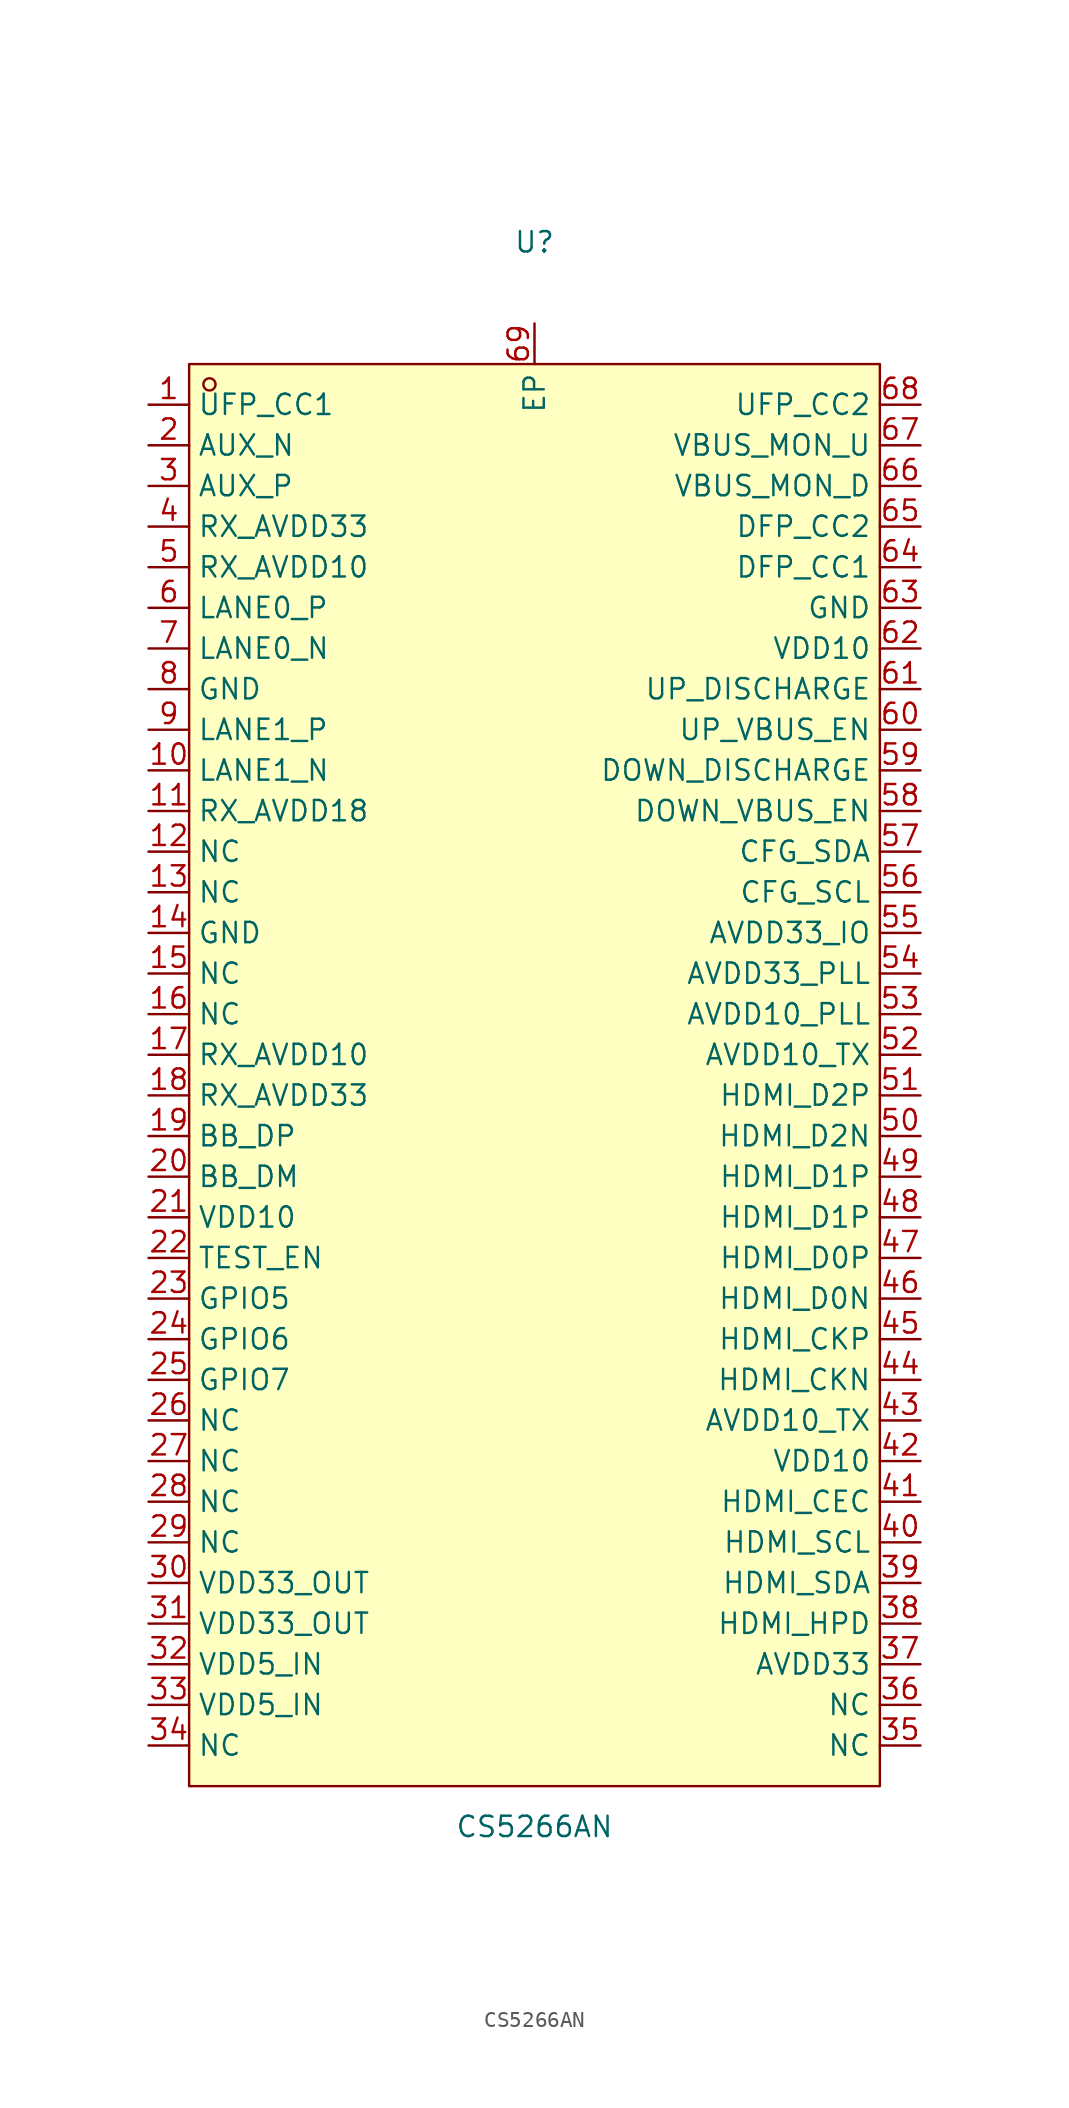
<source format=kicad_sym>
(kicad_symbol_lib
  (version 20211014)
  (generator https://github.com/uPesy/easyeda2kicad.py)
  (symbol "CS5266AN"
    (property "Reference" "U"
      (at 0 52.07 0)
      (effects (font (size 1.27 1.27))))
    (property "Value" "CS5266AN"
      (at 0 -46.99 0)
      (effects (font (size 1.27 1.27))))
    (symbol "CS5266AN_0_1"
      (rectangle (start -21.59 44.45) (end 21.59 -44.45) (stroke (width 0) (type default) (color 0 0 0 0)) (fill (type background)))
      (circle (center -20.32 43.18) (radius 0.38) (stroke (width 0) (type default) (color 0 0 0 0)) (fill (type none)))
      (pin unspecified line (at -24.13 41.91 0) (length 2.54) (name "UFP_CC1" (effects (font (size 1.27 1.27)))) (number "1" (effects (font (size 1.27 1.27)))))
      (pin unspecified line (at -24.13 39.37 0) (length 2.54) (name "AUX_N" (effects (font (size 1.27 1.27)))) (number "2" (effects (font (size 1.27 1.27)))))
      (pin unspecified line (at -24.13 36.83 0) (length 2.54) (name "AUX_P" (effects (font (size 1.27 1.27)))) (number "3" (effects (font (size 1.27 1.27)))))
      (pin unspecified line (at -24.13 34.29 0) (length 2.54) (name "RX_AVDD33" (effects (font (size 1.27 1.27)))) (number "4" (effects (font (size 1.27 1.27)))))
      (pin unspecified line (at -24.13 31.75 0) (length 2.54) (name "RX_AVDD10" (effects (font (size 1.27 1.27)))) (number "5" (effects (font (size 1.27 1.27)))))
      (pin unspecified line (at -24.13 29.21 0) (length 2.54) (name "LANE0_P" (effects (font (size 1.27 1.27)))) (number "6" (effects (font (size 1.27 1.27)))))
      (pin unspecified line (at -24.13 26.67 0) (length 2.54) (name "LANE0_N" (effects (font (size 1.27 1.27)))) (number "7" (effects (font (size 1.27 1.27)))))
      (pin unspecified line (at -24.13 24.13 0) (length 2.54) (name "GND" (effects (font (size 1.27 1.27)))) (number "8" (effects (font (size 1.27 1.27)))))
      (pin unspecified line (at -24.13 21.59 0) (length 2.54) (name "LANE1_P" (effects (font (size 1.27 1.27)))) (number "9" (effects (font (size 1.27 1.27)))))
      (pin unspecified line (at -24.13 19.05 0) (length 2.54) (name "LANE1_N" (effects (font (size 1.27 1.27)))) (number "10" (effects (font (size 1.27 1.27)))))
      (pin unspecified line (at -24.13 16.51 0) (length 2.54) (name "RX_AVDD18" (effects (font (size 1.27 1.27)))) (number "11" (effects (font (size 1.27 1.27)))))
      (pin unspecified line (at -24.13 13.97 0) (length 2.54) (name "NC" (effects (font (size 1.27 1.27)))) (number "12" (effects (font (size 1.27 1.27)))))
      (pin unspecified line (at -24.13 11.43 0) (length 2.54) (name "NC" (effects (font (size 1.27 1.27)))) (number "13" (effects (font (size 1.27 1.27)))))
      (pin unspecified line (at -24.13 8.89 0) (length 2.54) (name "GND" (effects (font (size 1.27 1.27)))) (number "14" (effects (font (size 1.27 1.27)))))
      (pin unspecified line (at -24.13 6.35 0) (length 2.54) (name "NC" (effects (font (size 1.27 1.27)))) (number "15" (effects (font (size 1.27 1.27)))))
      (pin unspecified line (at -24.13 3.81 0) (length 2.54) (name "NC" (effects (font (size 1.27 1.27)))) (number "16" (effects (font (size 1.27 1.27)))))
      (pin unspecified line (at -24.13 1.27 0) (length 2.54) (name "RX_AVDD10" (effects (font (size 1.27 1.27)))) (number "17" (effects (font (size 1.27 1.27)))))
      (pin unspecified line (at -24.13 -1.27 0) (length 2.54) (name "RX_AVDD33" (effects (font (size 1.27 1.27)))) (number "18" (effects (font (size 1.27 1.27)))))
      (pin unspecified line (at -24.13 -3.81 0) (length 2.54) (name "BB_DP" (effects (font (size 1.27 1.27)))) (number "19" (effects (font (size 1.27 1.27)))))
      (pin unspecified line (at -24.13 -6.35 0) (length 2.54) (name "BB_DM" (effects (font (size 1.27 1.27)))) (number "20" (effects (font (size 1.27 1.27)))))
      (pin unspecified line (at -24.13 -8.89 0) (length 2.54) (name "VDD10" (effects (font (size 1.27 1.27)))) (number "21" (effects (font (size 1.27 1.27)))))
      (pin unspecified line (at -24.13 -11.43 0) (length 2.54) (name "TEST_EN" (effects (font (size 1.27 1.27)))) (number "22" (effects (font (size 1.27 1.27)))))
      (pin unspecified line (at -24.13 -13.97 0) (length 2.54) (name "GPIO5" (effects (font (size 1.27 1.27)))) (number "23" (effects (font (size 1.27 1.27)))))
      (pin unspecified line (at -24.13 -16.51 0) (length 2.54) (name "GPIO6" (effects (font (size 1.27 1.27)))) (number "24" (effects (font (size 1.27 1.27)))))
      (pin unspecified line (at -24.13 -19.05 0) (length 2.54) (name "GPIO7" (effects (font (size 1.27 1.27)))) (number "25" (effects (font (size 1.27 1.27)))))
      (pin unspecified line (at -24.13 -21.59 0) (length 2.54) (name "NC" (effects (font (size 1.27 1.27)))) (number "26" (effects (font (size 1.27 1.27)))))
      (pin unspecified line (at -24.13 -24.13 0) (length 2.54) (name "NC" (effects (font (size 1.27 1.27)))) (number "27" (effects (font (size 1.27 1.27)))))
      (pin unspecified line (at -24.13 -26.67 0) (length 2.54) (name "NC" (effects (font (size 1.27 1.27)))) (number "28" (effects (font (size 1.27 1.27)))))
      (pin unspecified line (at -24.13 -29.21 0) (length 2.54) (name "NC" (effects (font (size 1.27 1.27)))) (number "29" (effects (font (size 1.27 1.27)))))
      (pin unspecified line (at -24.13 -31.75 0) (length 2.54) (name "VDD33_OUT" (effects (font (size 1.27 1.27)))) (number "30" (effects (font (size 1.27 1.27)))))
      (pin unspecified line (at -24.13 -34.29 0) (length 2.54) (name "VDD33_OUT" (effects (font (size 1.27 1.27)))) (number "31" (effects (font (size 1.27 1.27)))))
      (pin unspecified line (at -24.13 -36.83 0) (length 2.54) (name "VDD5_IN" (effects (font (size 1.27 1.27)))) (number "32" (effects (font (size 1.27 1.27)))))
      (pin unspecified line (at -24.13 -39.37 0) (length 2.54) (name "VDD5_IN" (effects (font (size 1.27 1.27)))) (number "33" (effects (font (size 1.27 1.27)))))
      (pin unspecified line (at -24.13 -41.91 0) (length 2.54) (name "NC" (effects (font (size 1.27 1.27)))) (number "34" (effects (font (size 1.27 1.27)))))
      (pin unspecified line (at 24.13 -41.91 180) (length 2.54) (name "NC" (effects (font (size 1.27 1.27)))) (number "35" (effects (font (size 1.27 1.27)))))
      (pin unspecified line (at 24.13 -39.37 180) (length 2.54) (name "NC" (effects (font (size 1.27 1.27)))) (number "36" (effects (font (size 1.27 1.27)))))
      (pin unspecified line (at 24.13 -36.83 180) (length 2.54) (name "AVDD33" (effects (font (size 1.27 1.27)))) (number "37" (effects (font (size 1.27 1.27)))))
      (pin unspecified line (at 24.13 -34.29 180) (length 2.54) (name "HDMI_HPD" (effects (font (size 1.27 1.27)))) (number "38" (effects (font (size 1.27 1.27)))))
      (pin unspecified line (at 24.13 -31.75 180) (length 2.54) (name "HDMI_SDA" (effects (font (size 1.27 1.27)))) (number "39" (effects (font (size 1.27 1.27)))))
      (pin unspecified line (at 24.13 -29.21 180) (length 2.54) (name "HDMI_SCL" (effects (font (size 1.27 1.27)))) (number "40" (effects (font (size 1.27 1.27)))))
      (pin unspecified line (at 24.13 -26.67 180) (length 2.54) (name "HDMI_CEC" (effects (font (size 1.27 1.27)))) (number "41" (effects (font (size 1.27 1.27)))))
      (pin unspecified line (at 24.13 -24.13 180) (length 2.54) (name "VDD10" (effects (font (size 1.27 1.27)))) (number "42" (effects (font (size 1.27 1.27)))))
      (pin unspecified line (at 24.13 -21.59 180) (length 2.54) (name "AVDD10_TX" (effects (font (size 1.27 1.27)))) (number "43" (effects (font (size 1.27 1.27)))))
      (pin unspecified line (at 24.13 -19.05 180) (length 2.54) (name "HDMI_CKN" (effects (font (size 1.27 1.27)))) (number "44" (effects (font (size 1.27 1.27)))))
      (pin unspecified line (at 24.13 -16.51 180) (length 2.54) (name "HDMI_CKP" (effects (font (size 1.27 1.27)))) (number "45" (effects (font (size 1.27 1.27)))))
      (pin unspecified line (at 24.13 -13.97 180) (length 2.54) (name "HDMI_D0N" (effects (font (size 1.27 1.27)))) (number "46" (effects (font (size 1.27 1.27)))))
      (pin unspecified line (at 24.13 -11.43 180) (length 2.54) (name "HDMI_D0P" (effects (font (size 1.27 1.27)))) (number "47" (effects (font (size 1.27 1.27)))))
      (pin unspecified line (at 24.13 -8.89 180) (length 2.54) (name "HDMI_D1P" (effects (font (size 1.27 1.27)))) (number "48" (effects (font (size 1.27 1.27)))))
      (pin unspecified line (at 24.13 -6.35 180) (length 2.54) (name "HDMI_D1P" (effects (font (size 1.27 1.27)))) (number "49" (effects (font (size 1.27 1.27)))))
      (pin unspecified line (at 24.13 -3.81 180) (length 2.54) (name "HDMI_D2N" (effects (font (size 1.27 1.27)))) (number "50" (effects (font (size 1.27 1.27)))))
      (pin unspecified line (at 24.13 -1.27 180) (length 2.54) (name "HDMI_D2P" (effects (font (size 1.27 1.27)))) (number "51" (effects (font (size 1.27 1.27)))))
      (pin unspecified line (at 24.13 1.27 180) (length 2.54) (name "AVDD10_TX" (effects (font (size 1.27 1.27)))) (number "52" (effects (font (size 1.27 1.27)))))
      (pin unspecified line (at 24.13 3.81 180) (length 2.54) (name "AVDD10_PLL" (effects (font (size 1.27 1.27)))) (number "53" (effects (font (size 1.27 1.27)))))
      (pin unspecified line (at 24.13 6.35 180) (length 2.54) (name "AVDD33_PLL" (effects (font (size 1.27 1.27)))) (number "54" (effects (font (size 1.27 1.27)))))
      (pin unspecified line (at 24.13 8.89 180) (length 2.54) (name "AVDD33_IO" (effects (font (size 1.27 1.27)))) (number "55" (effects (font (size 1.27 1.27)))))
      (pin unspecified line (at 24.13 11.43 180) (length 2.54) (name "CFG_SCL" (effects (font (size 1.27 1.27)))) (number "56" (effects (font (size 1.27 1.27)))))
      (pin unspecified line (at 24.13 13.97 180) (length 2.54) (name "CFG_SDA" (effects (font (size 1.27 1.27)))) (number "57" (effects (font (size 1.27 1.27)))))
      (pin unspecified line (at 24.13 16.51 180) (length 2.54) (name "DOWN_VBUS_EN" (effects (font (size 1.27 1.27)))) (number "58" (effects (font (size 1.27 1.27)))))
      (pin unspecified line (at 24.13 19.05 180) (length 2.54) (name "DOWN_DISCHARGE" (effects (font (size 1.27 1.27)))) (number "59" (effects (font (size 1.27 1.27)))))
      (pin unspecified line (at 24.13 21.59 180) (length 2.54) (name "UP_VBUS_EN" (effects (font (size 1.27 1.27)))) (number "60" (effects (font (size 1.27 1.27)))))
      (pin unspecified line (at 24.13 24.13 180) (length 2.54) (name "UP_DISCHARGE" (effects (font (size 1.27 1.27)))) (number "61" (effects (font (size 1.27 1.27)))))
      (pin unspecified line (at 24.13 26.67 180) (length 2.54) (name "VDD10" (effects (font (size 1.27 1.27)))) (number "62" (effects (font (size 1.27 1.27)))))
      (pin unspecified line (at 24.13 29.21 180) (length 2.54) (name "GND" (effects (font (size 1.27 1.27)))) (number "63" (effects (font (size 1.27 1.27)))))
      (pin unspecified line (at 24.13 31.75 180) (length 2.54) (name "DFP_CC1" (effects (font (size 1.27 1.27)))) (number "64" (effects (font (size 1.27 1.27)))))
      (pin unspecified line (at 24.13 34.29 180) (length 2.54) (name "DFP_CC2" (effects (font (size 1.27 1.27)))) (number "65" (effects (font (size 1.27 1.27)))))
      (pin unspecified line (at 24.13 36.83 180) (length 2.54) (name "VBUS_MON_D" (effects (font (size 1.27 1.27)))) (number "66" (effects (font (size 1.27 1.27)))))
      (pin unspecified line (at 24.13 39.37 180) (length 2.54) (name "VBUS_MON_U" (effects (font (size 1.27 1.27)))) (number "67" (effects (font (size 1.27 1.27)))))
      (pin unspecified line (at 24.13 41.91 180) (length 2.54) (name "UFP_CC2" (effects (font (size 1.27 1.27)))) (number "68" (effects (font (size 1.27 1.27)))))
      (pin unspecified line (at 0.00 46.99 270) (length 2.54) (name "EP" (effects (font (size 1.27 1.27)))) (number "69" (effects (font (size 1.27 1.27))))))))
</source>
